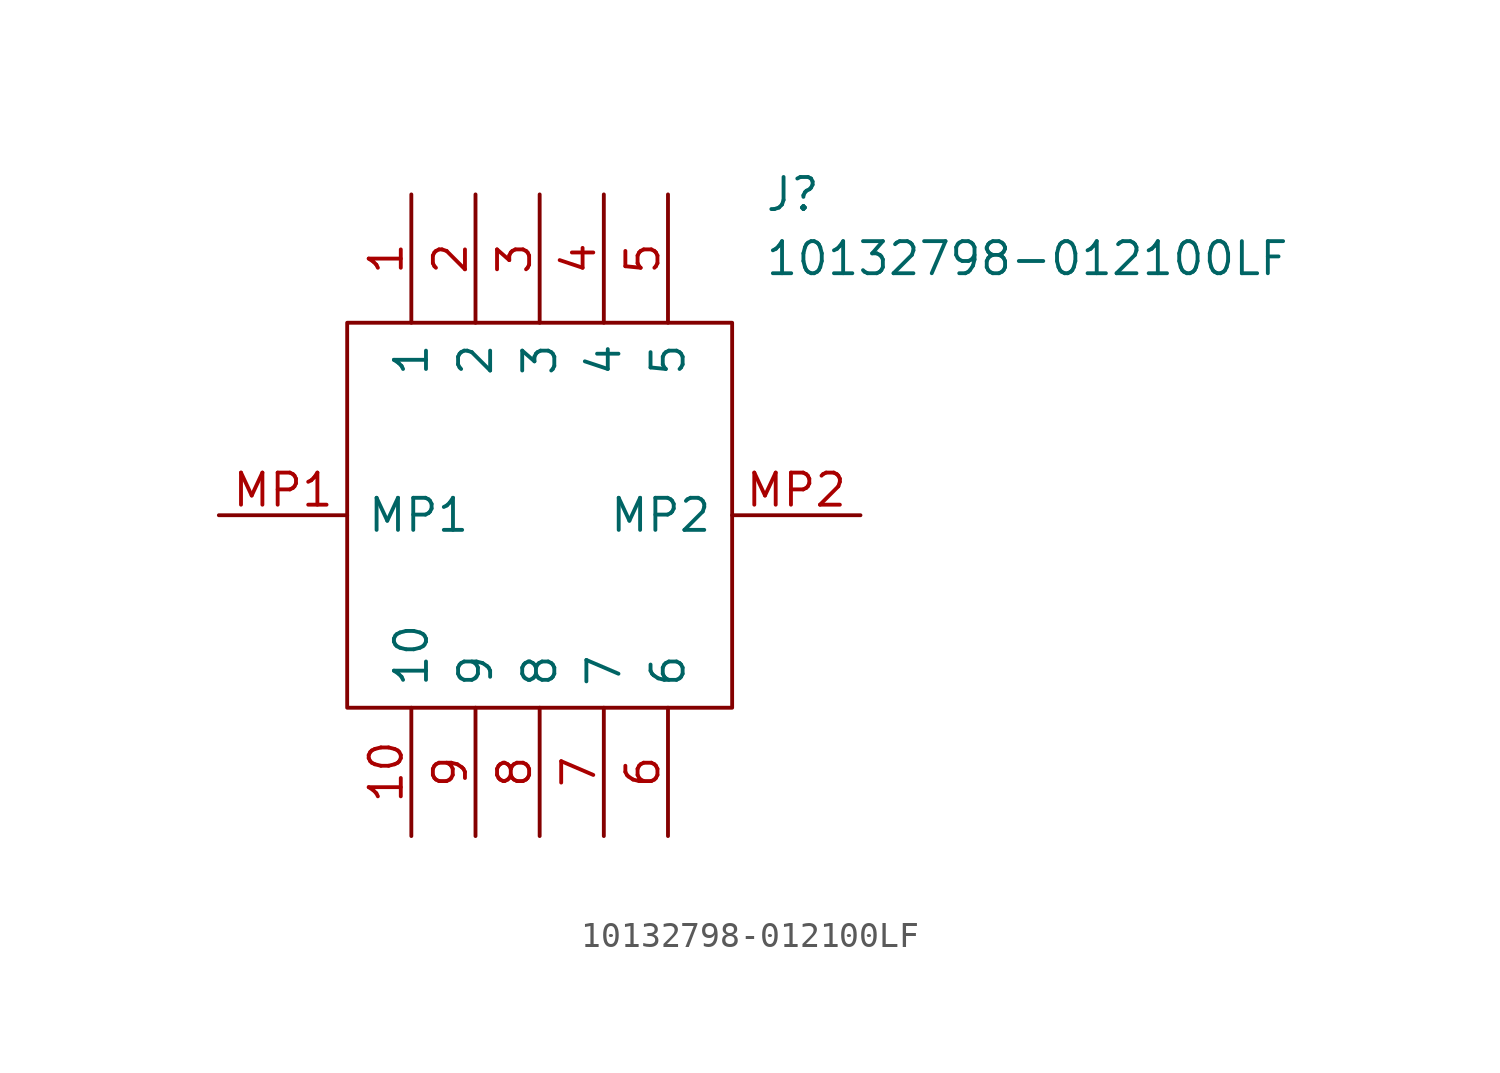
<source format=kicad_sym>
(kicad_symbol_lib
  (version 20211014)
  (generator kicad_symbol_editor)
  (symbol "10132798-012100LF"
    (pin_names
      (offset 0.762))
    (property "Reference" "J"
      (at 21.59 12.7 0)
      (effects (font (size 1.27 1.27)) (justify left)))
    (property "Value" "10132798-012100LF"
      (at 21.59 10.16 0)
      (effects (font (size 1.27 1.27)) (justify left)))
    (symbol "10132798-012100LF_0_0"
      (pin passive line (at 7.62 12.7 270) (length 5.08) (name "1" (effects (font (size 1.27 1.27)))) (number "1" (effects (font (size 1.27 1.27)))))
      (pin passive line (at 7.62 -12.7 90) (length 5.08) (name "10" (effects (font (size 1.27 1.27)))) (number "10" (effects (font (size 1.27 1.27)))))
      (pin passive line (at 10.16 12.7 270) (length 5.08) (name "2" (effects (font (size 1.27 1.27)))) (number "2" (effects (font (size 1.27 1.27)))))
      (pin passive line (at 12.7 12.7 270) (length 5.08) (name "3" (effects (font (size 1.27 1.27)))) (number "3" (effects (font (size 1.27 1.27)))))
      (pin passive line (at 15.24 12.7 270) (length 5.08) (name "4" (effects (font (size 1.27 1.27)))) (number "4" (effects (font (size 1.27 1.27)))))
      (pin passive line (at 17.78 12.7 270) (length 5.08) (name "5" (effects (font (size 1.27 1.27)))) (number "5" (effects (font (size 1.27 1.27)))))
      (pin passive line (at 17.78 -12.7 90) (length 5.08) (name "6" (effects (font (size 1.27 1.27)))) (number "6" (effects (font (size 1.27 1.27)))))
      (pin passive line (at 15.24 -12.7 90) (length 5.08) (name "7" (effects (font (size 1.27 1.27)))) (number "7" (effects (font (size 1.27 1.27)))))
      (pin passive line (at 12.7 -12.7 90) (length 5.08) (name "8" (effects (font (size 1.27 1.27)))) (number "8" (effects (font (size 1.27 1.27)))))
      (pin passive line (at 10.16 -12.7 90) (length 5.08) (name "9" (effects (font (size 1.27 1.27)))) (number "9" (effects (font (size 1.27 1.27)))))
      (pin passive line (at 0 0 0) (length 5.08) (name "MP1" (effects (font (size 1.27 1.27)))) (number "MP1" (effects (font (size 1.27 1.27)))))
      (pin passive line (at 25.4 0 180) (length 5.08) (name "MP2" (effects (font (size 1.27 1.27)))) (number "MP2" (effects (font (size 1.27 1.27))))))
    (symbol "10132798-012100LF_0_1"
      (polyline (pts (xy 5.08 7.62) (xy 20.32 7.62) (xy 20.32 -7.62) (xy 5.08 -7.62) (xy 5.08 7.62)) (stroke (width 0.152) (type default) (color 0 0 0 0)) (fill (type none))))))
</source>
